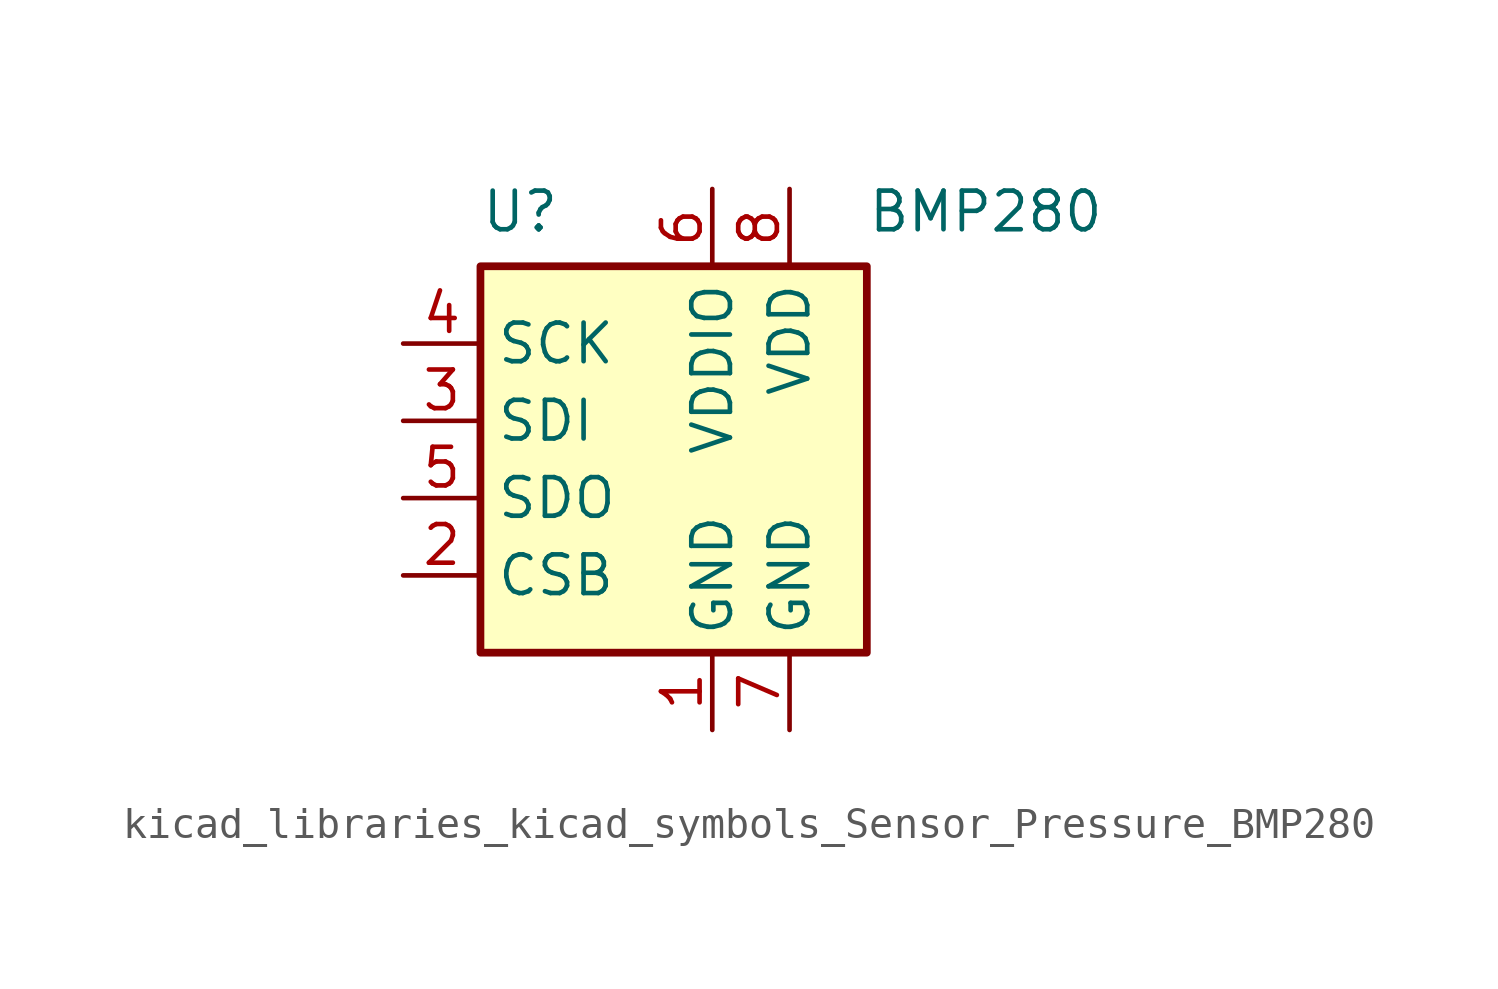
<source format=kicad_sym>
(kicad_symbol_lib
  (version 20220914)
  (generator kicad_symbol_editor)
  (symbol "kicad_libraries_kicad_symbols_Sensor_Pressure_BMP280"
    (property "Reference" "U"
      (at -7.62 10.16 0)
      (effects (font (size 1.27 1.27)) (justify left top)))
    (property "Value" "BMP280"
      (at 5.08 10.16 0)
      (effects (font (size 1.27 1.27)) (justify left top)))
    (symbol "kicad_libraries_kicad_symbols_Sensor_Pressure_BMP280_0_1"
      (rectangle (start -7.62 -5.08) (end 5.08 7.62) (stroke (width 0.254) (type default)) (fill (type background))))
    (symbol "kicad_libraries_kicad_symbols_Sensor_Pressure_BMP280_1_1"
      (pin power_in line (at 0 -7.62 90) (length 2.54) (name "GND" (effects (font (size 1.27 1.27)))) (number "1" (effects (font (size 1.27 1.27)))))
      (pin input line (at -10.16 -2.54 0) (length 2.54) (name "CSB" (effects (font (size 1.27 1.27)))) (number "2" (effects (font (size 1.27 1.27)))))
      (pin bidirectional line (at -10.16 2.54 0) (length 2.54) (name "SDI" (effects (font (size 1.27 1.27)))) (number "3" (effects (font (size 1.27 1.27)))))
      (pin input line (at -10.16 5.08 0) (length 2.54) (name "SCK" (effects (font (size 1.27 1.27)))) (number "4" (effects (font (size 1.27 1.27)))))
      (pin bidirectional line (at -10.16 0 0) (length 2.54) (name "SDO" (effects (font (size 1.27 1.27)))) (number "5" (effects (font (size 1.27 1.27)))))
      (pin power_in line (at 0 10.16 270) (length 2.54) (name "VDDIO" (effects (font (size 1.27 1.27)))) (number "6" (effects (font (size 1.27 1.27)))))
      (pin power_in line (at 2.54 -7.62 90) (length 2.54) (name "GND" (effects (font (size 1.27 1.27)))) (number "7" (effects (font (size 1.27 1.27)))))
      (pin power_in line (at 2.54 10.16 270) (length 2.54) (name "VDD" (effects (font (size 1.27 1.27)))) (number "8" (effects (font (size 1.27 1.27))))))))
</source>
